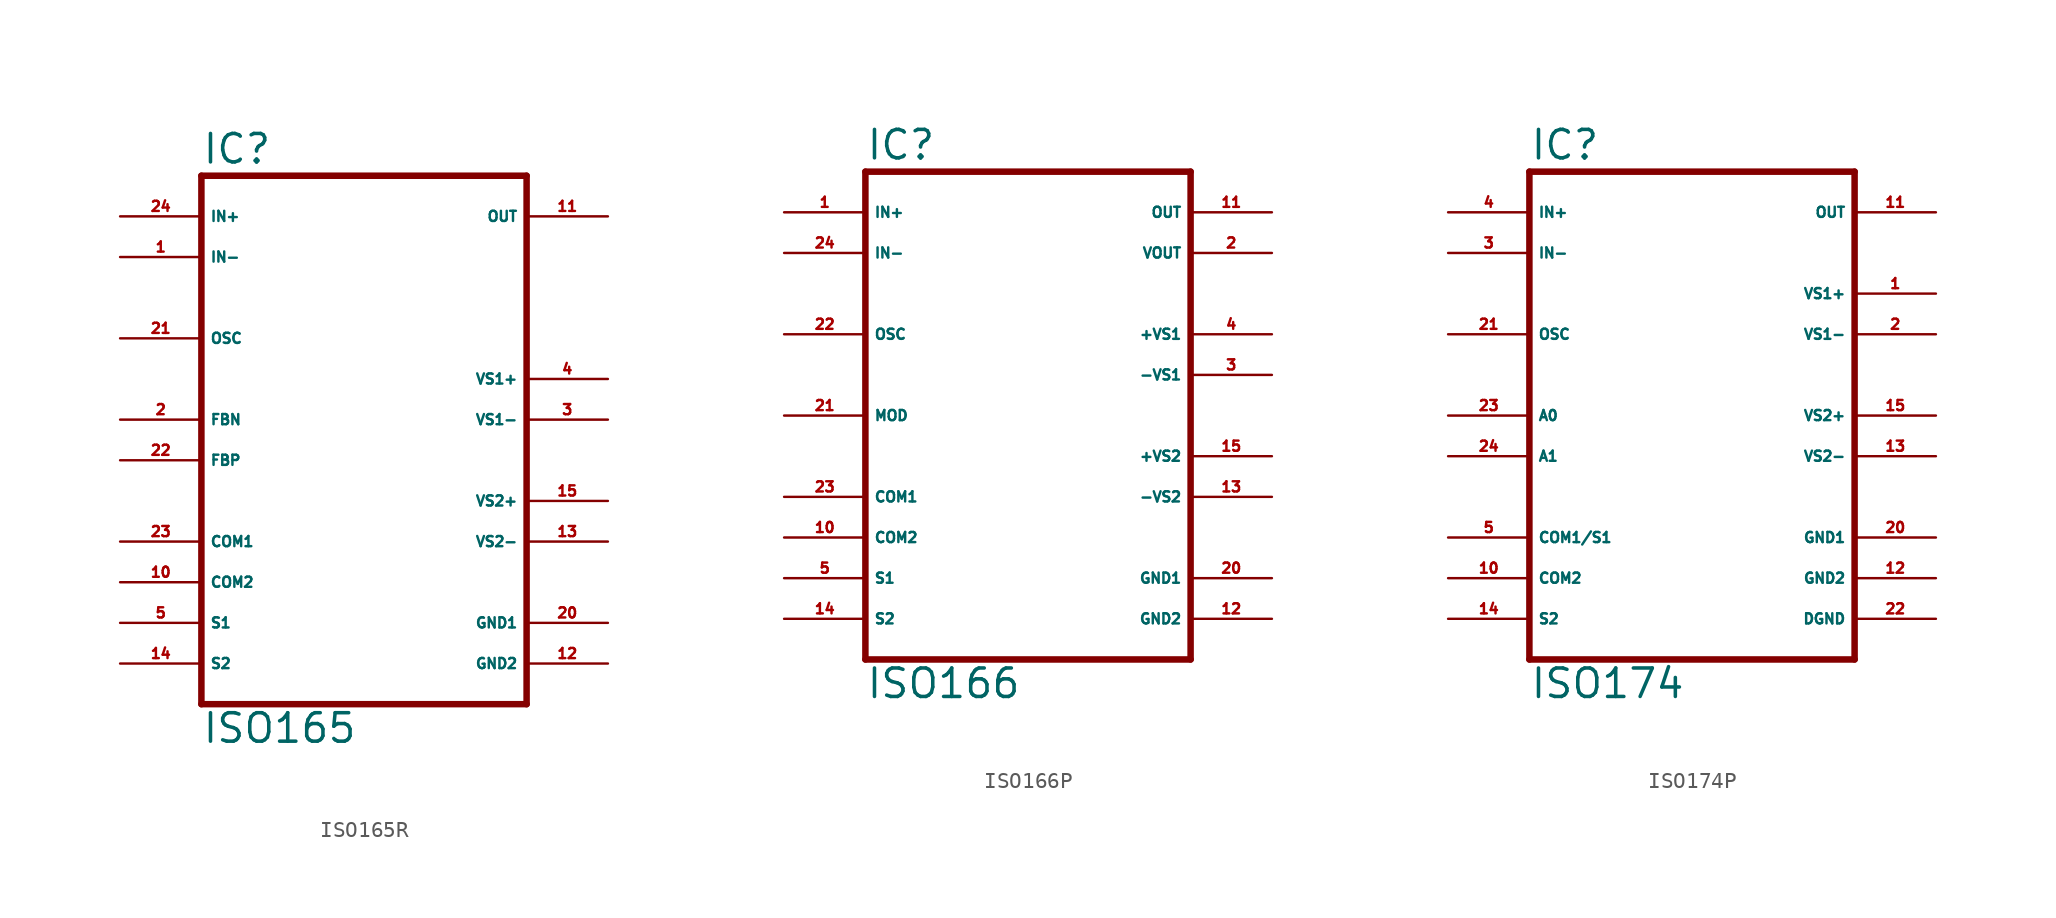
<source format=kicad_sym>
(kicad_symbol_lib
  (version 20220914)
  (generator Eagle2Kicad)
  (symbol "ISO165R"
    (property "Reference" "IC"
      (at -10.16 15.875 0)
      (effects (font (size 1.778 1.778) (thickness 0.22)) (justify left bottom)))
    (property "Value" "ISO165"
      (at -10.16 -20.32 0)
      (effects (font (size 1.778 1.778) (thickness 0.22)) (justify left bottom)))
    (polyline
      (pts (xy -10.16 -17.78) (xy 10.16 -17.78))
      (stroke (width 0.406) (type default))
      (fill (type none)))
    (polyline
      (pts (xy 10.16 -17.78) (xy 10.16 15.24))
      (stroke (width 0.406) (type default))
      (fill (type none)))
    (polyline
      (pts (xy 10.16 15.24) (xy -10.16 15.24))
      (stroke (width 0.406) (type default))
      (fill (type none)))
    (polyline
      (pts (xy -10.16 15.24) (xy -10.16 -17.78))
      (stroke (width 0.406) (type default))
      (fill (type none)))
    (pin input line
      (at -15.24 12.7 0)
      (length 5.08)
      (name "IN+" (effects (font (size 0.635 0.635) (thickness 0.08)) (justify left bottom)))
      (number "24" (effects (font (size 0.635 0.635) (thickness 0.08)) (justify left bottom))))
    (pin input line
      (at -15.24 10.16 0)
      (length 5.08)
      (name "IN-" (effects (font (size 0.635 0.635) (thickness 0.08)) (justify left bottom)))
      (number "1" (effects (font (size 0.635 0.635) (thickness 0.08)) (justify left bottom))))
    (pin input line
      (at -15.24 5.08 0)
      (length 5.08)
      (name "OSC" (effects (font (size 0.635 0.635) (thickness 0.08)) (justify left bottom)))
      (number "21" (effects (font (size 0.635 0.635) (thickness 0.08)) (justify left bottom))))
    (pin output line
      (at 15.24 12.7 180)
      (length 5.08)
      (name "OUT" (effects (font (size 0.635 0.635) (thickness 0.08)) (justify left bottom)))
      (number "11" (effects (font (size 0.635 0.635) (thickness 0.08)) (justify left bottom))))
    (pin passive line
      (at -15.24 0 0)
      (length 5.08)
      (name "FBN" (effects (font (size 0.635 0.635) (thickness 0.08)) (justify left bottom)))
      (number "2" (effects (font (size 0.635 0.635) (thickness 0.08)) (justify left bottom))))
    (pin passive line
      (at -15.24 -2.54 0)
      (length 5.08)
      (name "FBP" (effects (font (size 0.635 0.635) (thickness 0.08)) (justify left bottom)))
      (number "22" (effects (font (size 0.635 0.635) (thickness 0.08)) (justify left bottom))))
    (pin passive line
      (at -15.24 -7.62 0)
      (length 5.08)
      (name "COM1" (effects (font (size 0.635 0.635) (thickness 0.08)) (justify left bottom)))
      (number "23" (effects (font (size 0.635 0.635) (thickness 0.08)) (justify left bottom))))
    (pin passive line
      (at -15.24 -10.16 0)
      (length 5.08)
      (name "COM2" (effects (font (size 0.635 0.635) (thickness 0.08)) (justify left bottom)))
      (number "10" (effects (font (size 0.635 0.635) (thickness 0.08)) (justify left bottom))))
    (pin unspecified line
      (at 15.24 2.54 180)
      (length 5.08)
      (name "VS1+" (effects (font (size 0.635 0.635) (thickness 0.08)) (justify left bottom)))
      (number "4" (effects (font (size 0.635 0.635) (thickness 0.08)) (justify left bottom))))
    (pin unspecified line
      (at 15.24 -5.08 180)
      (length 5.08)
      (name "VS2+" (effects (font (size 0.635 0.635) (thickness 0.08)) (justify left bottom)))
      (number "15" (effects (font (size 0.635 0.635) (thickness 0.08)) (justify left bottom))))
    (pin unspecified line
      (at 15.24 0 180)
      (length 5.08)
      (name "VS1-" (effects (font (size 0.635 0.635) (thickness 0.08)) (justify left bottom)))
      (number "3" (effects (font (size 0.635 0.635) (thickness 0.08)) (justify left bottom))))
    (pin unspecified line
      (at 15.24 -7.62 180)
      (length 5.08)
      (name "VS2-" (effects (font (size 0.635 0.635) (thickness 0.08)) (justify left bottom)))
      (number "13" (effects (font (size 0.635 0.635) (thickness 0.08)) (justify left bottom))))
    (pin unspecified line
      (at 15.24 -12.7 180)
      (length 5.08)
      (name "GND1" (effects (font (size 0.635 0.635) (thickness 0.08)) (justify left bottom)))
      (number "20" (effects (font (size 0.635 0.635) (thickness 0.08)) (justify left bottom))))
    (pin unspecified line
      (at 15.24 -15.24 180)
      (length 5.08)
      (name "GND2" (effects (font (size 0.635 0.635) (thickness 0.08)) (justify left bottom)))
      (number "12" (effects (font (size 0.635 0.635) (thickness 0.08)) (justify left bottom))))
    (pin passive line
      (at -15.24 -12.7 0)
      (length 5.08)
      (name "S1" (effects (font (size 0.635 0.635) (thickness 0.08)) (justify left bottom)))
      (number "5" (effects (font (size 0.635 0.635) (thickness 0.08)) (justify left bottom))))
    (pin passive line
      (at -15.24 -15.24 0)
      (length 5.08)
      (name "S2" (effects (font (size 0.635 0.635) (thickness 0.08)) (justify left bottom)))
      (number "14" (effects (font (size 0.635 0.635) (thickness 0.08)) (justify left bottom)))))
  (symbol "ISO166P"
    (property "Reference" "IC"
      (at -10.16 15.875 0)
      (effects (font (size 1.778 1.778) (thickness 0.22)) (justify left bottom)))
    (property "Value" "ISO166"
      (at -10.16 -17.78 0)
      (effects (font (size 1.778 1.778) (thickness 0.22)) (justify left bottom)))
    (polyline
      (pts (xy -10.16 -15.24) (xy 10.16 -15.24))
      (stroke (width 0.406) (type default))
      (fill (type none)))
    (polyline
      (pts (xy 10.16 -15.24) (xy 10.16 15.24))
      (stroke (width 0.406) (type default))
      (fill (type none)))
    (polyline
      (pts (xy 10.16 15.24) (xy -10.16 15.24))
      (stroke (width 0.406) (type default))
      (fill (type none)))
    (polyline
      (pts (xy -10.16 15.24) (xy -10.16 -15.24))
      (stroke (width 0.406) (type default))
      (fill (type none)))
    (pin input line
      (at -15.24 12.7 0)
      (length 5.08)
      (name "IN+" (effects (font (size 0.635 0.635) (thickness 0.08)) (justify left bottom)))
      (number "1" (effects (font (size 0.635 0.635) (thickness 0.08)) (justify left bottom))))
    (pin input line
      (at -15.24 10.16 0)
      (length 5.08)
      (name "IN-" (effects (font (size 0.635 0.635) (thickness 0.08)) (justify left bottom)))
      (number "24" (effects (font (size 0.635 0.635) (thickness 0.08)) (justify left bottom))))
    (pin input line
      (at -15.24 5.08 0)
      (length 5.08)
      (name "OSC" (effects (font (size 0.635 0.635) (thickness 0.08)) (justify left bottom)))
      (number "22" (effects (font (size 0.635 0.635) (thickness 0.08)) (justify left bottom))))
    (pin output line
      (at 15.24 12.7 180)
      (length 5.08)
      (name "OUT" (effects (font (size 0.635 0.635) (thickness 0.08)) (justify left bottom)))
      (number "11" (effects (font (size 0.635 0.635) (thickness 0.08)) (justify left bottom))))
    (pin input line
      (at -15.24 0 0)
      (length 5.08)
      (name "MOD" (effects (font (size 0.635 0.635) (thickness 0.08)) (justify left bottom)))
      (number "21" (effects (font (size 0.635 0.635) (thickness 0.08)) (justify left bottom))))
    (pin output line
      (at 15.24 10.16 180)
      (length 5.08)
      (name "VOUT" (effects (font (size 0.635 0.635) (thickness 0.08)) (justify left bottom)))
      (number "2" (effects (font (size 0.635 0.635) (thickness 0.08)) (justify left bottom))))
    (pin passive line
      (at -15.24 -5.08 0)
      (length 5.08)
      (name "COM1" (effects (font (size 0.635 0.635) (thickness 0.08)) (justify left bottom)))
      (number "23" (effects (font (size 0.635 0.635) (thickness 0.08)) (justify left bottom))))
    (pin passive line
      (at -15.24 -7.62 0)
      (length 5.08)
      (name "COM2" (effects (font (size 0.635 0.635) (thickness 0.08)) (justify left bottom)))
      (number "10" (effects (font (size 0.635 0.635) (thickness 0.08)) (justify left bottom))))
    (pin unspecified line
      (at 15.24 5.08 180)
      (length 5.08)
      (name "+VS1" (effects (font (size 0.635 0.635) (thickness 0.08)) (justify left bottom)))
      (number "4" (effects (font (size 0.635 0.635) (thickness 0.08)) (justify left bottom))))
    (pin unspecified line
      (at 15.24 -2.54 180)
      (length 5.08)
      (name "+VS2" (effects (font (size 0.635 0.635) (thickness 0.08)) (justify left bottom)))
      (number "15" (effects (font (size 0.635 0.635) (thickness 0.08)) (justify left bottom))))
    (pin unspecified line
      (at 15.24 2.54 180)
      (length 5.08)
      (name "-VS1" (effects (font (size 0.635 0.635) (thickness 0.08)) (justify left bottom)))
      (number "3" (effects (font (size 0.635 0.635) (thickness 0.08)) (justify left bottom))))
    (pin unspecified line
      (at 15.24 -5.08 180)
      (length 5.08)
      (name "-VS2" (effects (font (size 0.635 0.635) (thickness 0.08)) (justify left bottom)))
      (number "13" (effects (font (size 0.635 0.635) (thickness 0.08)) (justify left bottom))))
    (pin unspecified line
      (at 15.24 -10.16 180)
      (length 5.08)
      (name "GND1" (effects (font (size 0.635 0.635) (thickness 0.08)) (justify left bottom)))
      (number "20" (effects (font (size 0.635 0.635) (thickness 0.08)) (justify left bottom))))
    (pin unspecified line
      (at 15.24 -12.7 180)
      (length 5.08)
      (name "GND2" (effects (font (size 0.635 0.635) (thickness 0.08)) (justify left bottom)))
      (number "12" (effects (font (size 0.635 0.635) (thickness 0.08)) (justify left bottom))))
    (pin passive line
      (at -15.24 -10.16 0)
      (length 5.08)
      (name "S1" (effects (font (size 0.635 0.635) (thickness 0.08)) (justify left bottom)))
      (number "5" (effects (font (size 0.635 0.635) (thickness 0.08)) (justify left bottom))))
    (pin passive line
      (at -15.24 -12.7 0)
      (length 5.08)
      (name "S2" (effects (font (size 0.635 0.635) (thickness 0.08)) (justify left bottom)))
      (number "14" (effects (font (size 0.635 0.635) (thickness 0.08)) (justify left bottom)))))
  (symbol "ISO174P"
    (property "Reference" "IC"
      (at -10.16 15.875 0)
      (effects (font (size 1.778 1.778) (thickness 0.22)) (justify left bottom)))
    (property "Value" "ISO174"
      (at -10.16 -17.78 0)
      (effects (font (size 1.778 1.778) (thickness 0.22)) (justify left bottom)))
    (polyline
      (pts (xy -10.16 -15.24) (xy 10.16 -15.24))
      (stroke (width 0.406) (type default))
      (fill (type none)))
    (polyline
      (pts (xy 10.16 -15.24) (xy 10.16 15.24))
      (stroke (width 0.406) (type default))
      (fill (type none)))
    (polyline
      (pts (xy 10.16 15.24) (xy -10.16 15.24))
      (stroke (width 0.406) (type default))
      (fill (type none)))
    (polyline
      (pts (xy -10.16 15.24) (xy -10.16 -15.24))
      (stroke (width 0.406) (type default))
      (fill (type none)))
    (pin input line
      (at -15.24 12.7 0)
      (length 5.08)
      (name "IN+" (effects (font (size 0.635 0.635) (thickness 0.08)) (justify left bottom)))
      (number "4" (effects (font (size 0.635 0.635) (thickness 0.08)) (justify left bottom))))
    (pin input line
      (at -15.24 10.16 0)
      (length 5.08)
      (name "IN-" (effects (font (size 0.635 0.635) (thickness 0.08)) (justify left bottom)))
      (number "3" (effects (font (size 0.635 0.635) (thickness 0.08)) (justify left bottom))))
    (pin input line
      (at -15.24 5.08 0)
      (length 5.08)
      (name "OSC" (effects (font (size 0.635 0.635) (thickness 0.08)) (justify left bottom)))
      (number "21" (effects (font (size 0.635 0.635) (thickness 0.08)) (justify left bottom))))
    (pin output line
      (at 15.24 12.7 180)
      (length 5.08)
      (name "OUT" (effects (font (size 0.635 0.635) (thickness 0.08)) (justify left bottom)))
      (number "11" (effects (font (size 0.635 0.635) (thickness 0.08)) (justify left bottom))))
    (pin passive line
      (at -15.24 0 0)
      (length 5.08)
      (name "A0" (effects (font (size 0.635 0.635) (thickness 0.08)) (justify left bottom)))
      (number "23" (effects (font (size 0.635 0.635) (thickness 0.08)) (justify left bottom))))
    (pin passive line
      (at -15.24 -2.54 0)
      (length 5.08)
      (name "A1" (effects (font (size 0.635 0.635) (thickness 0.08)) (justify left bottom)))
      (number "24" (effects (font (size 0.635 0.635) (thickness 0.08)) (justify left bottom))))
    (pin passive line
      (at -15.24 -7.62 0)
      (length 5.08)
      (name "COM1/S1" (effects (font (size 0.635 0.635) (thickness 0.08)) (justify left bottom)))
      (number "5" (effects (font (size 0.635 0.635) (thickness 0.08)) (justify left bottom))))
    (pin passive line
      (at -15.24 -10.16 0)
      (length 5.08)
      (name "COM2" (effects (font (size 0.635 0.635) (thickness 0.08)) (justify left bottom)))
      (number "10" (effects (font (size 0.635 0.635) (thickness 0.08)) (justify left bottom))))
    (pin unspecified line
      (at 15.24 7.62 180)
      (length 5.08)
      (name "VS1+" (effects (font (size 0.635 0.635) (thickness 0.08)) (justify left bottom)))
      (number "1" (effects (font (size 0.635 0.635) (thickness 0.08)) (justify left bottom))))
    (pin unspecified line
      (at 15.24 0 180)
      (length 5.08)
      (name "VS2+" (effects (font (size 0.635 0.635) (thickness 0.08)) (justify left bottom)))
      (number "15" (effects (font (size 0.635 0.635) (thickness 0.08)) (justify left bottom))))
    (pin unspecified line
      (at 15.24 5.08 180)
      (length 5.08)
      (name "VS1-" (effects (font (size 0.635 0.635) (thickness 0.08)) (justify left bottom)))
      (number "2" (effects (font (size 0.635 0.635) (thickness 0.08)) (justify left bottom))))
    (pin unspecified line
      (at 15.24 -2.54 180)
      (length 5.08)
      (name "VS2-" (effects (font (size 0.635 0.635) (thickness 0.08)) (justify left bottom)))
      (number "13" (effects (font (size 0.635 0.635) (thickness 0.08)) (justify left bottom))))
    (pin unspecified line
      (at 15.24 -7.62 180)
      (length 5.08)
      (name "GND1" (effects (font (size 0.635 0.635) (thickness 0.08)) (justify left bottom)))
      (number "20" (effects (font (size 0.635 0.635) (thickness 0.08)) (justify left bottom))))
    (pin unspecified line
      (at 15.24 -10.16 180)
      (length 5.08)
      (name "GND2" (effects (font (size 0.635 0.635) (thickness 0.08)) (justify left bottom)))
      (number "12" (effects (font (size 0.635 0.635) (thickness 0.08)) (justify left bottom))))
    (pin unspecified line
      (at 15.24 -12.7 180)
      (length 5.08)
      (name "DGND" (effects (font (size 0.635 0.635) (thickness 0.08)) (justify left bottom)))
      (number "22" (effects (font (size 0.635 0.635) (thickness 0.08)) (justify left bottom))))
    (pin passive line
      (at -15.24 -12.7 0)
      (length 5.08)
      (name "S2" (effects (font (size 0.635 0.635) (thickness 0.08)) (justify left bottom)))
      (number "14" (effects (font (size 0.635 0.635) (thickness 0.08)) (justify left bottom))))))
</source>
